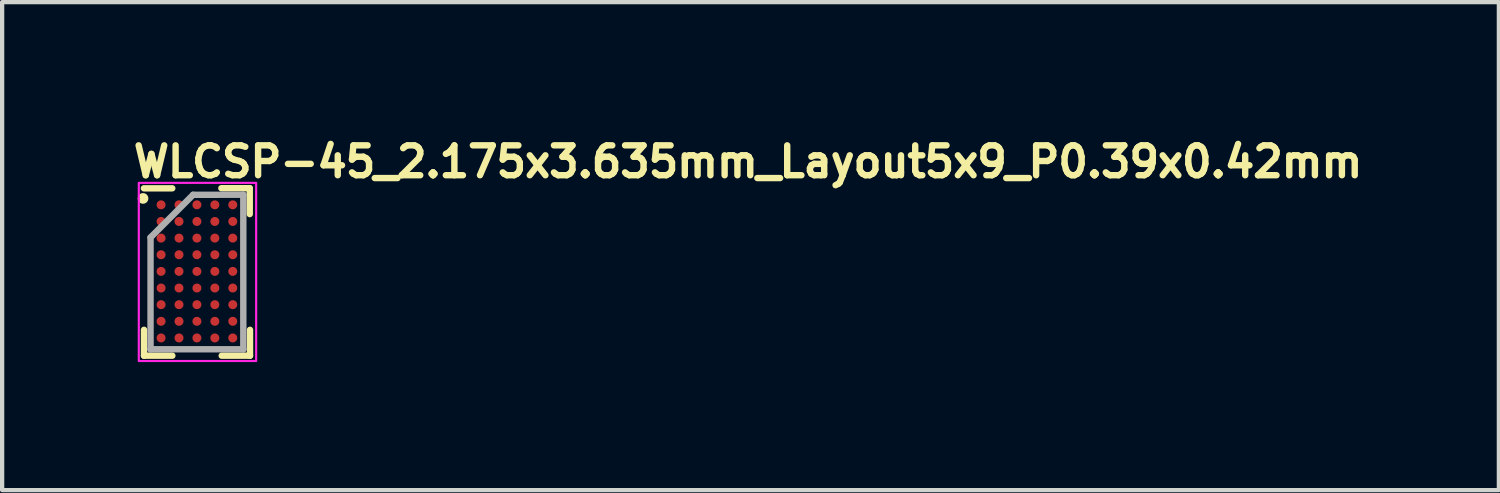
<source format=kicad_pcb>
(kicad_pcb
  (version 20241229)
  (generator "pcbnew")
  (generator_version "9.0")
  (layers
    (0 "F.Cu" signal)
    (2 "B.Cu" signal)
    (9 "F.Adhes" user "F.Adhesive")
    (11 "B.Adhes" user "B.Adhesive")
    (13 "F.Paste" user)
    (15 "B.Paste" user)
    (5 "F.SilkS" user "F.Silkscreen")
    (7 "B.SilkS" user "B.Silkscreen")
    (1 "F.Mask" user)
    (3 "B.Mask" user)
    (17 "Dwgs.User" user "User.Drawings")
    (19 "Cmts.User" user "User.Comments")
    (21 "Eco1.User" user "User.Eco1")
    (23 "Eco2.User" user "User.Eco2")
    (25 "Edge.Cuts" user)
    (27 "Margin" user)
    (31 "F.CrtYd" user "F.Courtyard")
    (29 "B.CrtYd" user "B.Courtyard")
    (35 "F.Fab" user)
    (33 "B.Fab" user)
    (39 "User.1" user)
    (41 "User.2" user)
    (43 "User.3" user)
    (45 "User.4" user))
  (footprint "WLCSP-45_2.175x3.635mm_Layout5x9_P0.39x0.42mm"
    (layer "F.Cu")
    (at 0.725 1.75)
    (property "Reference" "WLCSP-45_2.175x3.635mm_Layout5x9_P0.39x0.42mm" (at -0.725 -0.6 0) (layer "F.SilkS") (effects (font (size 0.7 0.7) (thickness 0.15)) (justify left bottom)))
    (attr smd)
    (fp_line (start -0.4 3.536) (end -0.4 2.93) (stroke (width 0.15) (type solid)) (layer "F.SilkS"))
    (fp_line (start 0.262 -0.387) (end -0.402 -0.387) (stroke (width 0.15) (type solid)) (layer "F.SilkS"))
    (fp_line (start 0.264 3.536) (end -0.4 3.536) (stroke (width 0.15) (type solid)) (layer "F.SilkS"))
    (fp_line (start 1.413 -0.389) (end 2.078 -0.389) (stroke (width 0.15) (type solid)) (layer "F.SilkS"))
    (fp_line (start 1.421 3.536) (end 2.084 3.536) (stroke (width 0.15) (type solid)) (layer "F.SilkS"))
    (fp_line (start 2.078 -0.389) (end 2.078 0.217) (stroke (width 0.15) (type solid)) (layer "F.SilkS"))
    (fp_line (start 2.084 3.536) (end 2.084 2.93) (stroke (width 0.15) (type solid)) (layer "F.SilkS"))
    (fp_circle (center -0.423 -0.15) (end -0.373 -0.15) (stroke (width 0.15) (type solid)) (fill yes) (layer "F.SilkS"))
    (fp_rect (start -0.522 -0.514) (end 2.228 3.661) (stroke (width 0.05) (type solid)) (fill no) (layer "F.CrtYd"))
    (fp_line (start -0.247 0.765) (end -0.247 3.386) (stroke (width 0.15) (type solid)) (layer "F.Fab"))
    (fp_line (start -0.247 3.386) (end 1.927 3.386) (stroke (width 0.15) (type solid)) (layer "F.Fab"))
    (fp_line (start 0.75 -0.235) (end -0.247 0.765) (stroke (width 0.15) (type solid)) (layer "F.Fab"))
    (fp_line (start 1.927 -0.236) (end 0.75 -0.235) (stroke (width 0.15) (type solid)) (layer "F.Fab"))
    (fp_line (start 1.927 3.386) (end 1.927 -0.236) (stroke (width 0.15) (type solid)) (layer "F.Fab"))
    (fp_rect (start -0.25 -0.236) (end 1.93 3.386) (stroke (width 0.1) (type solid)) (fill no) (layer "User.5"))
    (fp_line (start -0.25 -0.236) (end -0.25 3.386) (stroke (width 0.02) (type solid)) (layer "User.9"))
    (fp_line (start -0.25 3.386) (end 1.927 3.386) (stroke (width 0.02) (type solid)) (layer "User.9"))
    (fp_line (start 1.927 -0.236) (end -0.25 -0.236) (stroke (width 0.02) (type solid)) (layer "User.9"))
    (fp_line (start 1.927 3.386) (end 1.927 -0.236) (stroke (width 0.02) (type solid)) (layer "User.9"))
    (pad "A1" smd circle (at 0 0) (size 0.21 0.21) (layers "F.Cu" "F.Mask" "F.Paste"))
    (pad "A2" smd circle (at 0.42 0) (size 0.21 0.21) (layers "F.Cu" "F.Mask" "F.Paste"))
    (pad "A3" smd circle (at 0.84 0) (size 0.21 0.21) (layers "F.Cu" "F.Mask" "F.Paste"))
    (pad "A4" smd circle (at 1.26 0) (size 0.21 0.21) (layers "F.Cu" "F.Mask" "F.Paste"))
    (pad "A5" smd circle (at 1.68 0) (size 0.21 0.21) (layers "F.Cu" "F.Mask" "F.Paste"))
    (pad "B1" smd circle (at 0 0.39) (size 0.21 0.21) (layers "F.Cu" "F.Mask" "F.Paste"))
    (pad "B2" smd circle (at 0.42 0.39) (size 0.21 0.21) (layers "F.Cu" "F.Mask" "F.Paste"))
    (pad "B3" smd circle (at 0.84 0.39) (size 0.21 0.21) (layers "F.Cu" "F.Mask" "F.Paste"))
    (pad "B4" smd circle (at 1.26 0.39) (size 0.21 0.21) (layers "F.Cu" "F.Mask" "F.Paste"))
    (pad "B5" smd circle (at 1.68 0.39) (size 0.21 0.21) (layers "F.Cu" "F.Mask" "F.Paste"))
    (pad "C1" smd circle (at 0 0.78) (size 0.21 0.21) (layers "F.Cu" "F.Mask" "F.Paste"))
    (pad "C2" smd circle (at 0.42 0.78) (size 0.21 0.21) (layers "F.Cu" "F.Mask" "F.Paste"))
    (pad "C3" smd circle (at 0.84 0.78) (size 0.21 0.21) (layers "F.Cu" "F.Mask" "F.Paste"))
    (pad "C4" smd circle (at 1.26 0.78) (size 0.21 0.21) (layers "F.Cu" "F.Mask" "F.Paste"))
    (pad "C5" smd circle (at 1.68 0.78) (size 0.21 0.21) (layers "F.Cu" "F.Mask" "F.Paste"))
    (pad "D1" smd circle (at 0 1.17) (size 0.21 0.21) (layers "F.Cu" "F.Mask" "F.Paste"))
    (pad "D2" smd circle (at 0.42 1.17) (size 0.21 0.21) (layers "F.Cu" "F.Mask" "F.Paste"))
    (pad "D3" smd circle (at 0.84 1.17) (size 0.21 0.21) (layers "F.Cu" "F.Mask" "F.Paste"))
    (pad "D4" smd circle (at 1.26 1.17) (size 0.21 0.21) (layers "F.Cu" "F.Mask" "F.Paste"))
    (pad "D5" smd circle (at 1.68 1.17) (size 0.21 0.21) (layers "F.Cu" "F.Mask" "F.Paste"))
    (pad "E1" smd circle (at 0 1.56) (size 0.21 0.21) (layers "F.Cu" "F.Mask" "F.Paste"))
    (pad "E2" smd circle (at 0.42 1.56) (size 0.21 0.21) (layers "F.Cu" "F.Mask" "F.Paste"))
    (pad "E3" smd circle (at 0.84 1.56) (size 0.21 0.21) (layers "F.Cu" "F.Mask" "F.Paste"))
    (pad "E4" smd circle (at 1.26 1.56) (size 0.21 0.21) (layers "F.Cu" "F.Mask" "F.Paste"))
    (pad "E5" smd circle (at 1.68 1.56) (size 0.21 0.21) (layers "F.Cu" "F.Mask" "F.Paste"))
    (pad "F1" smd circle (at 0 1.95) (size 0.21 0.21) (layers "F.Cu" "F.Mask" "F.Paste"))
    (pad "F2" smd circle (at 0.42 1.95) (size 0.21 0.21) (layers "F.Cu" "F.Mask" "F.Paste"))
    (pad "F3" smd circle (at 0.84 1.95) (size 0.21 0.21) (layers "F.Cu" "F.Mask" "F.Paste"))
    (pad "F4" smd circle (at 1.26 1.95) (size 0.21 0.21) (layers "F.Cu" "F.Mask" "F.Paste"))
    (pad "F5" smd circle (at 1.68 1.95) (size 0.21 0.21) (layers "F.Cu" "F.Mask" "F.Paste"))
    (pad "G1" smd circle (at 0 2.34) (size 0.21 0.21) (layers "F.Cu" "F.Mask" "F.Paste"))
    (pad "G2" smd circle (at 0.42 2.34) (size 0.21 0.21) (layers "F.Cu" "F.Mask" "F.Paste"))
    (pad "G3" smd circle (at 0.84 2.34) (size 0.21 0.21) (layers "F.Cu" "F.Mask" "F.Paste"))
    (pad "G4" smd circle (at 1.26 2.34) (size 0.21 0.21) (layers "F.Cu" "F.Mask" "F.Paste"))
    (pad "G5" smd circle (at 1.68 2.34) (size 0.21 0.21) (layers "F.Cu" "F.Mask" "F.Paste"))
    (pad "H1" smd circle (at 0 2.73) (size 0.21 0.21) (layers "F.Cu" "F.Mask" "F.Paste"))
    (pad "H2" smd circle (at 0.42 2.73) (size 0.21 0.21) (layers "F.Cu" "F.Mask" "F.Paste"))
    (pad "H3" smd circle (at 0.84 2.73) (size 0.21 0.21) (layers "F.Cu" "F.Mask" "F.Paste"))
    (pad "H4" smd circle (at 1.26 2.73) (size 0.21 0.21) (layers "F.Cu" "F.Mask" "F.Paste"))
    (pad "H5" smd circle (at 1.68 2.73) (size 0.21 0.21) (layers "F.Cu" "F.Mask" "F.Paste"))
    (pad "J1" smd circle (at 0 3.12) (size 0.21 0.21) (layers "F.Cu" "F.Mask" "F.Paste"))
    (pad "J2" smd circle (at 0.42 3.12) (size 0.21 0.21) (layers "F.Cu" "F.Mask" "F.Paste"))
    (pad "J3" smd circle (at 0.84 3.12) (size 0.21 0.21) (layers "F.Cu" "F.Mask" "F.Paste"))
    (pad "J4" smd circle (at 1.26 3.12) (size 0.21 0.21) (layers "F.Cu" "F.Mask" "F.Paste"))
    (pad "J5" smd circle (at 1.68 3.12) (size 0.21 0.21) (layers "F.Cu" "F.Mask" "F.Paste")))
  (gr_rect
    (start -3 -3)
    (end 32.077 8.436)
    (stroke (width 0.1) (type default))
    (fill no)
    (layer "Edge.Cuts")))
</source>
